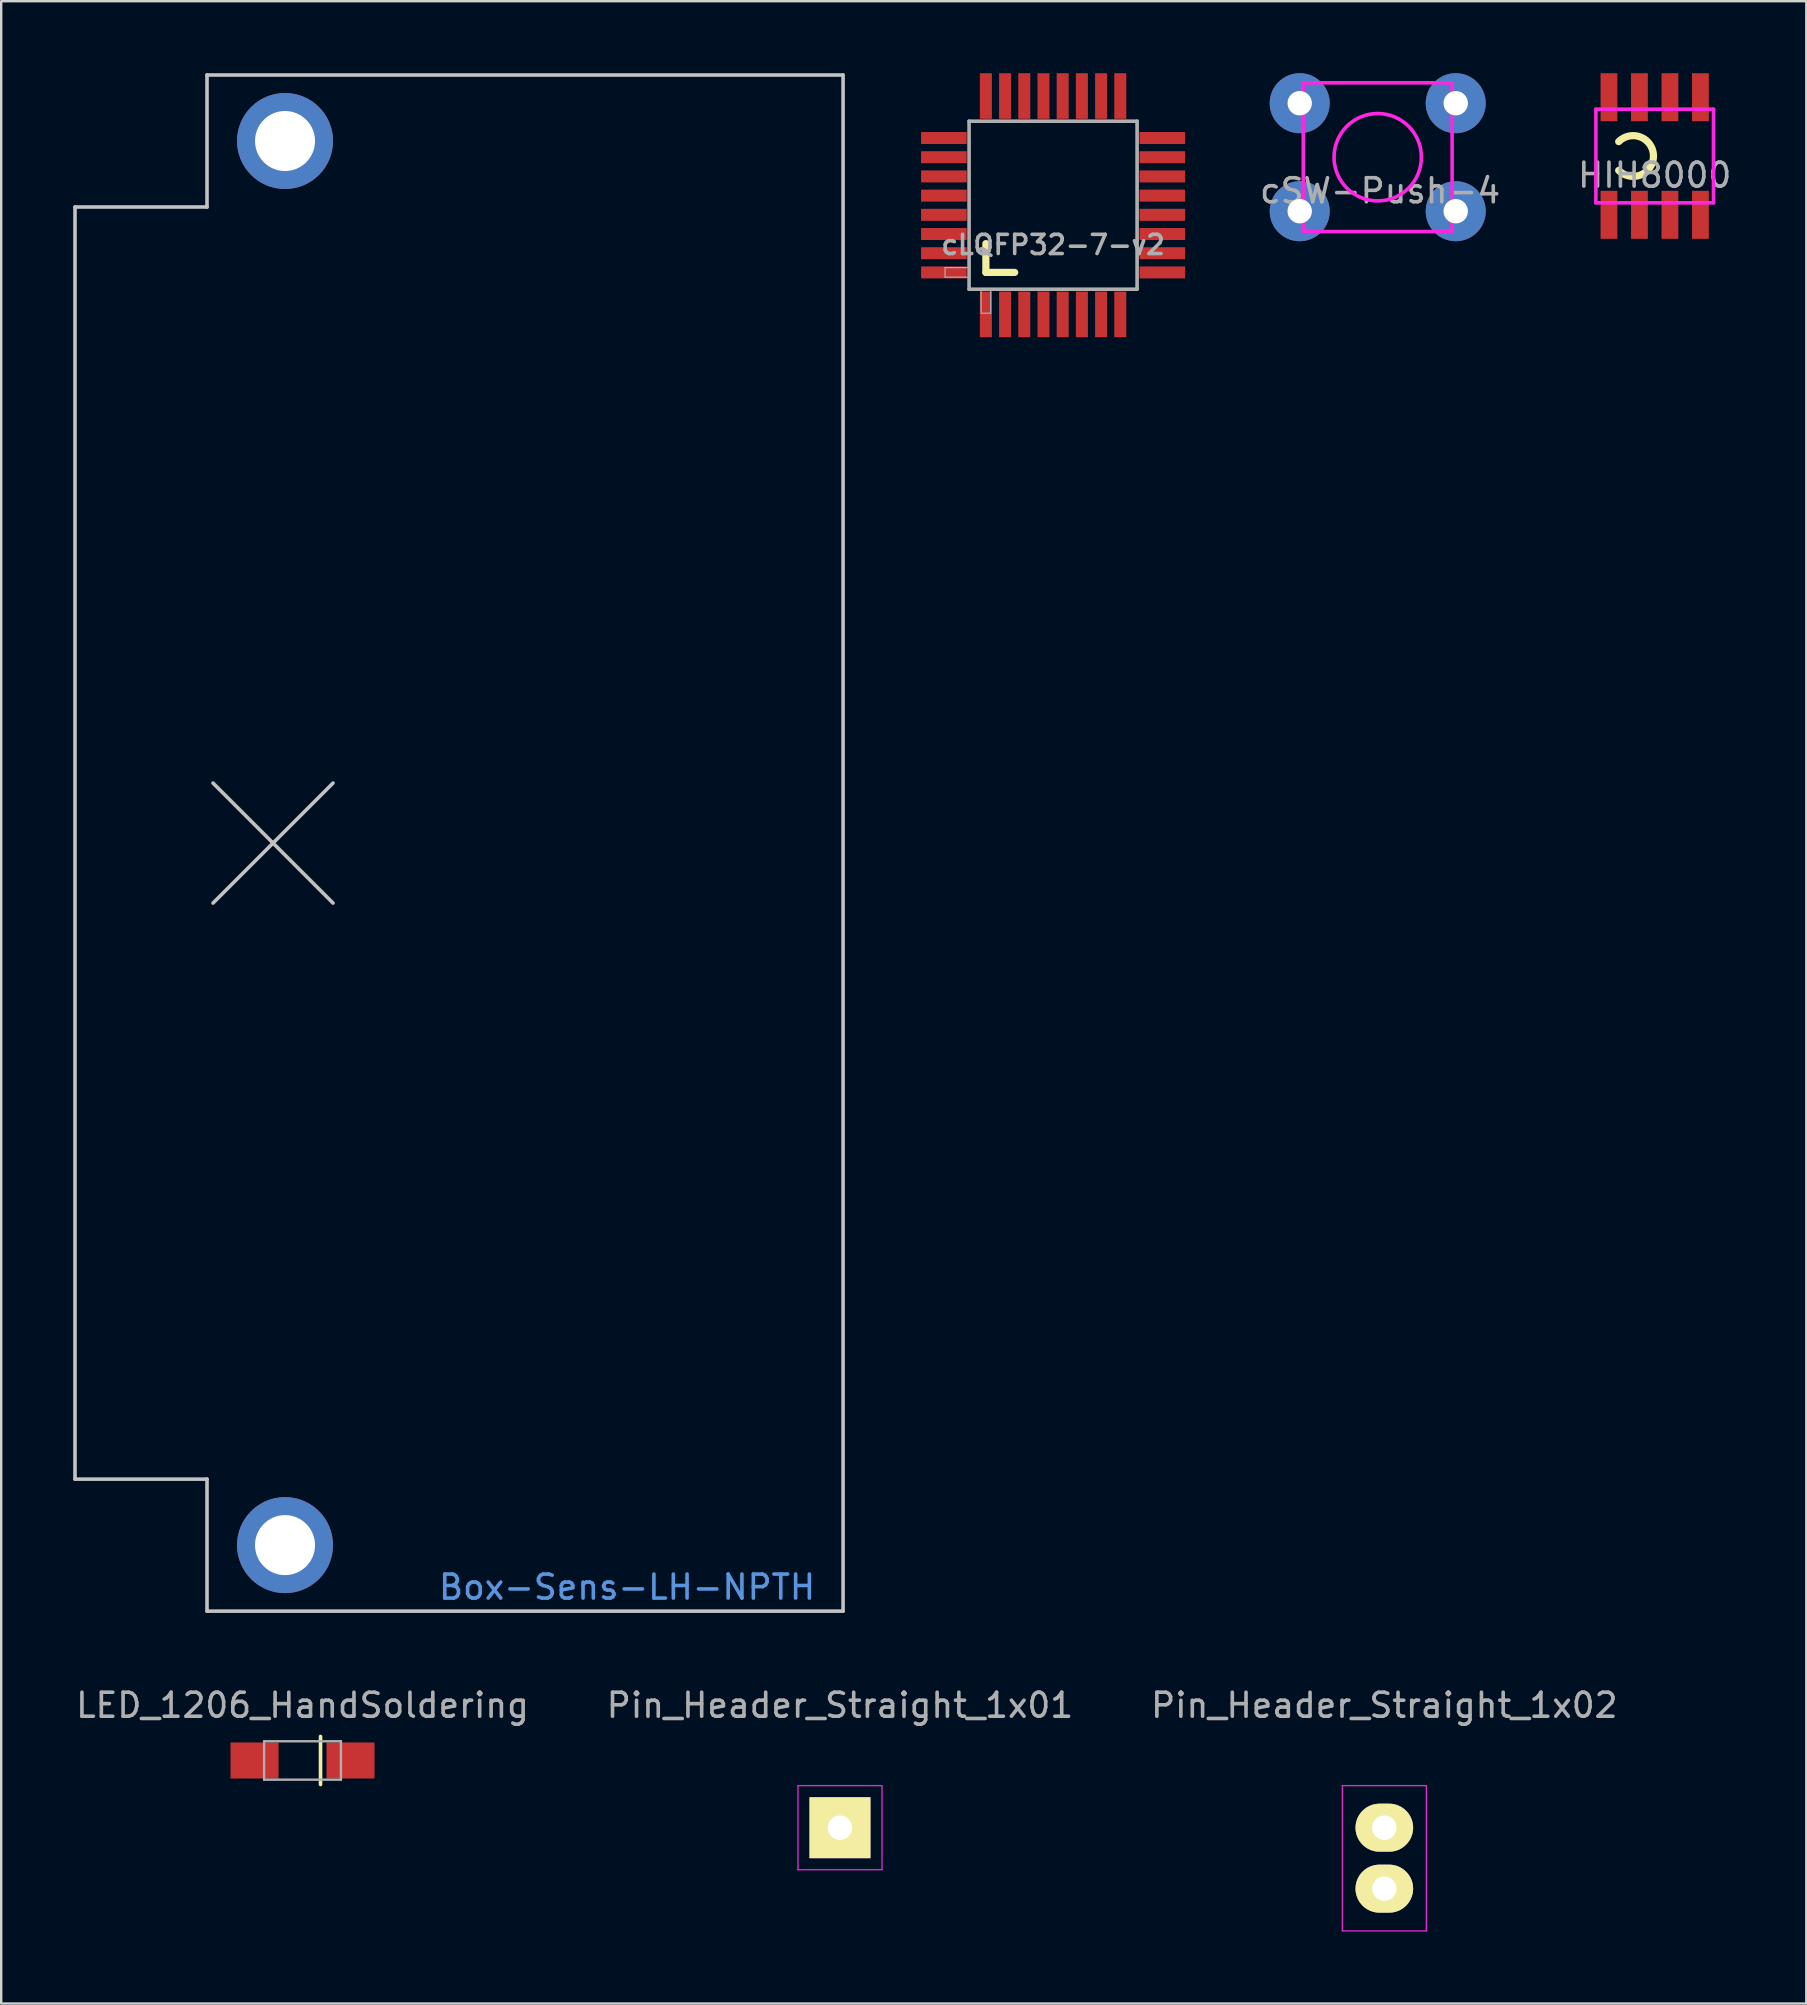
<source format=kicad_pcb>
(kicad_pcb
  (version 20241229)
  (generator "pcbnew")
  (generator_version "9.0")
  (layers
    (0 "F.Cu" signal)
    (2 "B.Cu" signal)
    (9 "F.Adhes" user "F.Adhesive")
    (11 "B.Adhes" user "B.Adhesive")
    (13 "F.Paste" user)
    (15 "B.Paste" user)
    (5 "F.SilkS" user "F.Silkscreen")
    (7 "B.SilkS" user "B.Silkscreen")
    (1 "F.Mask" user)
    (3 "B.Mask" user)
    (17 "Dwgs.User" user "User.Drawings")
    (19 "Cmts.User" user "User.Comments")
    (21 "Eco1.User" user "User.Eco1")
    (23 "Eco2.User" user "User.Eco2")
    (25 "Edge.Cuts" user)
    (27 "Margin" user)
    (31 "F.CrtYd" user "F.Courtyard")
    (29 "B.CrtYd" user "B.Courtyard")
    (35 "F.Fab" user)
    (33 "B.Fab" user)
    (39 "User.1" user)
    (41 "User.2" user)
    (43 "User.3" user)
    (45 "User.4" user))
  (footprint "LED_1206_HandSoldering"
    (layer "F.Cu")
    (at 9.554 70.298)
    (property "Reference" "LED_1206_HandSoldering" (at 0 -2.3 0) (layer "F.Fab") (effects (font (size 1 1) (thickness 0.15))))
    (attr smd)
    (fp_line (start 0.75 -1) (end 0.75 1) (stroke (width 0.15) (type solid)) (layer "F.SilkS"))
    (fp_line (start -1.6 -0.8) (end 1.6 -0.8) (stroke (width 0.1) (type solid)) (layer "F.Fab"))
    (fp_line (start -1.6 0.8) (end -1.6 -0.8) (stroke (width 0.1) (type solid)) (layer "F.Fab"))
    (fp_line (start 1.6 -0.8) (end 1.6 0.8) (stroke (width 0.1) (type solid)) (layer "F.Fab"))
    (fp_line (start 1.6 0.8) (end -1.6 0.8) (stroke (width 0.1) (type solid)) (layer "F.Fab"))
    (pad "1" smd rect (at -2 0) (size 2 1.5) (layers "F.Cu" "F.Mask" "F.Paste"))
    (pad "2" smd rect (at 2 0) (size 2 1.5) (layers "F.Cu" "F.Mask" "F.Paste")))
  (footprint "Pin_Header_Straight_1x01"
    (layer "F.Cu")
    (at 31.946 73.098)
    (property "Reference" "Pin_Header_Straight_1x01" (at 0 -5.1 0) (layer "F.Fab") (effects (font (size 1 1) (thickness 0.15))))
    (attr through_hole)
    (fp_line (start -1.75 -1.75) (end -1.75 1.75) (stroke (width 0.05) (type solid)) (layer "F.CrtYd"))
    (fp_line (start -1.75 -1.75) (end 1.75 -1.75) (stroke (width 0.05) (type solid)) (layer "F.CrtYd"))
    (fp_line (start -1.75 1.75) (end 1.75 1.75) (stroke (width 0.05) (type solid)) (layer "F.CrtYd"))
    (fp_line (start 1.75 -1.75) (end 1.75 1.75) (stroke (width 0.05) (type solid)) (layer "F.CrtYd"))
    (pad "1" thru_hole rect (at 0 0) (size 2.54 2.54) (drill 1.016) (layers "*.Cu" "*.Mask" "F.SilkS")))
  (footprint "Box-Sens-LH-NPTH"
    (layer "F.Cu")
    (at 32.075 32.075)
    (property "Reference" "Box-Sens-LH-NPTH" (at -9 31 0) (layer "Cmts.User") (effects (font (size 1 1) (thickness 0.15))))
    (attr through_hole)
    (fp_line (start -32 -26.5) (end -26.5 -26.5) (stroke (width 0.15) (type solid)) (layer "Dwgs.User"))
    (fp_line (start -32 26.5) (end -32 -26.5) (stroke (width 0.15) (type solid)) (layer "Dwgs.User"))
    (fp_line (start -26.5 -26.5) (end -26.5 -32) (stroke (width 0.15) (type solid)) (layer "Dwgs.User"))
    (fp_line (start -26.5 26.5) (end -32 26.5) (stroke (width 0.15) (type solid)) (layer "Dwgs.User"))
    (fp_line (start -26.5 32) (end -26.5 26.5) (stroke (width 0.15) (type solid)) (layer "Dwgs.User"))
    (fp_line (start -26.5 32) (end 0 32) (stroke (width 0.15) (type solid)) (layer "Dwgs.User"))
    (fp_line (start -26.25 -2.5) (end -21.25 2.5) (stroke (width 0.15) (type solid)) (layer "Dwgs.User"))
    (fp_line (start -21.25 -2.5) (end -26.25 2.5) (stroke (width 0.15) (type solid)) (layer "Dwgs.User"))
    (fp_line (start 0 -32) (end -26.5 -32) (stroke (width 0.15) (type solid)) (layer "Dwgs.User"))
    (fp_line (start 0 -32) (end 0 32) (stroke (width 0.15) (type solid)) (layer "Dwgs.User"))
    (pad "" np_thru_hole circle (at -23.25 -29.25) (size 4 4) (drill 2.5) (layers "*.Cu" "*.Mask"))
    (pad "" np_thru_hole circle (at -23.25 29.25) (size 4 4) (drill 2.5) (layers "*.Cu" "*.Mask")))
  (footprint "cLQFP32-7-v2"
    (layer "F.Cu")
    (at 40.825 5.5)
    (property "Reference" "cLQFP32-7-v2" (at 0 1.65 0) (layer "F.Fab") (effects (font (size 0.8 0.8) (thickness 0.15))))
    (attr smd)
    (fp_line (start -2.8 1.6) (end -2.8 2.8) (stroke (width 0.3) (type solid)) (layer "F.SilkS"))
    (fp_line (start -2.8 2.8) (end -1.6 2.8) (stroke (width 0.3) (type solid)) (layer "F.SilkS"))
    (fp_line (start -4.5 2.6) (end -4.5 3) (stroke (width 0.05) (type solid)) (layer "F.Fab"))
    (fp_line (start -4.5 3) (end -3.5 3) (stroke (width 0.05) (type solid)) (layer "F.Fab"))
    (fp_line (start -3.5 -3.5) (end -3.5 3.5) (stroke (width 0.15) (type solid)) (layer "F.Fab"))
    (fp_line (start -3.5 2.6) (end -4.5 2.6) (stroke (width 0.05) (type solid)) (layer "F.Fab"))
    (fp_line (start -3.5 3.5) (end 3.5 3.5) (stroke (width 0.15) (type solid)) (layer "F.Fab"))
    (fp_line (start -3 3.5) (end -3 4.5) (stroke (width 0.05) (type solid)) (layer "F.Fab"))
    (fp_line (start -2.97 4.5) (end -2.6 4.5) (stroke (width 0.05) (type solid)) (layer "F.Fab"))
    (fp_line (start -2.6 3.5) (end -2.6 4.5) (stroke (width 0.05) (type solid)) (layer "F.Fab"))
    (fp_line (start 3.5 -3.5) (end -3.5 -3.5) (stroke (width 0.15) (type solid)) (layer "F.Fab"))
    (fp_line (start 3.5 3.5) (end 3.5 -3.5) (stroke (width 0.15) (type solid)) (layer "F.Fab"))
    (pad "1" smd rect (at -2.8 4.55) (size 0.5 1.9) (layers "F.Cu" "F.Mask" "F.Paste"))
    (pad "2" smd rect (at -2 4.55) (size 0.5 1.9) (layers "F.Cu" "F.Mask" "F.Paste"))
    (pad "3" smd rect (at -1.2 4.55) (size 0.5 1.9) (layers "F.Cu" "F.Mask" "F.Paste"))
    (pad "4" smd rect (at -0.4 4.55) (size 0.5 1.9) (layers "F.Cu" "F.Mask" "F.Paste"))
    (pad "5" smd rect (at 0.4 4.55) (size 0.5 1.9) (layers "F.Cu" "F.Mask" "F.Paste"))
    (pad "6" smd rect (at 1.2 4.55) (size 0.5 1.9) (layers "F.Cu" "F.Mask" "F.Paste"))
    (pad "7" smd rect (at 2 4.55) (size 0.5 1.9) (layers "F.Cu" "F.Mask" "F.Paste"))
    (pad "8" smd rect (at 2.8 4.55) (size 0.5 1.9) (layers "F.Cu" "F.Mask" "F.Paste"))
    (pad "9" smd rect (at 4.55 2.8 90) (size 0.5 1.9) (layers "F.Cu" "F.Mask" "F.Paste"))
    (pad "10" smd rect (at 4.55 2 90) (size 0.5 1.9) (layers "F.Cu" "F.Mask" "F.Paste"))
    (pad "11" smd rect (at 4.55 1.2 90) (size 0.5 1.9) (layers "F.Cu" "F.Mask" "F.Paste"))
    (pad "12" smd rect (at 4.55 0.4 90) (size 0.5 1.9) (layers "F.Cu" "F.Mask" "F.Paste"))
    (pad "13" smd rect (at 4.55 -0.4 90) (size 0.5 1.9) (layers "F.Cu" "F.Mask" "F.Paste"))
    (pad "14" smd rect (at 4.55 -1.2 90) (size 0.5 1.9) (layers "F.Cu" "F.Mask" "F.Paste"))
    (pad "15" smd rect (at 4.55 -2 90) (size 0.5 1.9) (layers "F.Cu" "F.Mask" "F.Paste"))
    (pad "16" smd rect (at 4.55 -2.8 90) (size 0.5 1.9) (layers "F.Cu" "F.Mask" "F.Paste"))
    (pad "17" smd rect (at 2.8 -4.55) (size 0.5 1.9) (layers "F.Cu" "F.Mask" "F.Paste"))
    (pad "18" smd rect (at 2 -4.55) (size 0.5 1.9) (layers "F.Cu" "F.Mask" "F.Paste"))
    (pad "19" smd rect (at 1.2 -4.55) (size 0.5 1.9) (layers "F.Cu" "F.Mask" "F.Paste"))
    (pad "20" smd rect (at 0.4 -4.55) (size 0.5 1.9) (layers "F.Cu" "F.Mask" "F.Paste"))
    (pad "21" smd rect (at -0.4 -4.55) (size 0.5 1.9) (layers "F.Cu" "F.Mask" "F.Paste"))
    (pad "22" smd rect (at -1.2 -4.55) (size 0.5 1.9) (layers "F.Cu" "F.Mask" "F.Paste"))
    (pad "23" smd rect (at -2 -4.55) (size 0.5 1.9) (layers "F.Cu" "F.Mask" "F.Paste"))
    (pad "24" smd rect (at -2.8 -4.55) (size 0.5 1.9) (layers "F.Cu" "F.Mask" "F.Paste"))
    (pad "25" smd rect (at -4.55 -2.8 90) (size 0.5 1.9) (layers "F.Cu" "F.Mask" "F.Paste"))
    (pad "26" smd rect (at -4.55 -2 90) (size 0.5 1.9) (layers "F.Cu" "F.Mask" "F.Paste"))
    (pad "27" smd rect (at -4.55 -1.2 90) (size 0.5 1.9) (layers "F.Cu" "F.Mask" "F.Paste"))
    (pad "28" smd rect (at -4.55 -0.4 90) (size 0.5 1.9) (layers "F.Cu" "F.Mask" "F.Paste"))
    (pad "29" smd rect (at -4.55 0.4 90) (size 0.5 1.9) (layers "F.Cu" "F.Mask" "F.Paste"))
    (pad "30" smd rect (at -4.55 1.2 90) (size 0.5 1.9) (layers "F.Cu" "F.Mask" "F.Paste"))
    (pad "31" smd rect (at -4.55 2 90) (size 0.5 1.9) (layers "F.Cu" "F.Mask" "F.Paste"))
    (pad "32" smd rect (at -4.55 2.8 90) (size 0.5 1.9) (layers "F.Cu" "F.Mask" "F.Paste")))
  (footprint "Pin_Header_Straight_1x02"
    (layer "F.Cu")
    (at 54.625 73.098)
    (property "Reference" "Pin_Header_Straight_1x02" (at 0 -5.1 0) (layer "F.Fab") (effects (font (size 1 1) (thickness 0.15))))
    (attr through_hole)
    (fp_line (start -1.75 -1.75) (end -1.75 4.3) (stroke (width 0.05) (type solid)) (layer "F.CrtYd"))
    (fp_line (start -1.75 -1.75) (end 1.75 -1.75) (stroke (width 0.05) (type solid)) (layer "F.CrtYd"))
    (fp_line (start -1.75 4.3) (end 1.75 4.3) (stroke (width 0.05) (type solid)) (layer "F.CrtYd"))
    (fp_line (start 1.75 -1.75) (end 1.75 4.3) (stroke (width 0.05) (type solid)) (layer "F.CrtYd"))
    (pad "1" thru_hole oval (at 0 0) (size 2.4 2) (drill 1.016) (layers "*.Cu" "*.Mask" "F.SilkS"))
    (pad "2" thru_hole oval (at 0 2.54) (size 2.4 2) (drill 1.016) (layers "*.Cu" "*.Mask" "F.SilkS")))
  (footprint "HIH8000"
    (layer "F.Cu")
    (at 65.89 3.45)
    (property "Reference" "HIH8000" (at 0 0.8 0) (layer "F.Fab") (effects (font (size 1 1) (thickness 0.15))))
    (attr smd)
    (fp_arc (start -1.5 -0.6) (mid -0.051472 0) (end -1.5 0.6) (stroke (width 0.3) (type solid)) (layer "F.SilkS"))
    (fp_line (start -2.45 -1.95) (end -2.45 1.95) (stroke (width 0.15) (type solid)) (layer "F.CrtYd"))
    (fp_line (start -2.45 1.95) (end 2.45 1.95) (stroke (width 0.15) (type solid)) (layer "F.CrtYd"))
    (fp_line (start 2.45 -1.95) (end -2.45 -1.95) (stroke (width 0.15) (type solid)) (layer "F.CrtYd"))
    (fp_line (start 2.45 1.95) (end 2.45 -1.95) (stroke (width 0.15) (type solid)) (layer "F.CrtYd"))
    (pad "1" smd rect (at -1.905 2.45) (size 0.7 2) (layers "F.Cu" "F.Mask" "F.Paste"))
    (pad "2" smd rect (at -0.635 2.45) (size 0.7 2) (layers "F.Cu" "F.Mask" "F.Paste"))
    (pad "3" smd rect (at 0.635 2.45) (size 0.7 2) (layers "F.Cu" "F.Mask" "F.Paste"))
    (pad "4" smd rect (at 1.905 2.45) (size 0.7 2) (layers "F.Cu" "F.Mask" "F.Paste"))
    (pad "5" smd rect (at 1.905 -2.45) (size 0.7 2) (layers "F.Cu" "F.Mask" "F.Paste"))
    (pad "6" smd rect (at 0.635 -2.45) (size 0.7 2) (layers "F.Cu" "F.Mask" "F.Paste"))
    (pad "7" smd rect (at -0.635 -2.45) (size 0.7 2) (layers "F.Cu" "F.Mask" "F.Paste"))
    (pad "8" smd rect (at -1.905 -2.45) (size 0.7 2) (layers "F.Cu" "F.Mask" "F.Paste")))
  (footprint "cSW-Push-4"
    (layer "F.Cu")
    (at 54.35 3.5)
    (property "Reference" "cSW-Push-4" (at 0.1 1.4 0) (layer "F.Fab") (effects (font (size 1 1) (thickness 0.15))))
    (attr through_hole)
    (fp_line (start -3.1 -3.1) (end -3.1 3.1) (stroke (width 0.15) (type solid)) (layer "F.CrtYd"))
    (fp_line (start -3.1 3.1) (end 3.1 3.1) (stroke (width 0.15) (type solid)) (layer "F.CrtYd"))
    (fp_line (start 3.1 -3.1) (end -3.1 -3.1) (stroke (width 0.15) (type solid)) (layer "F.CrtYd"))
    (fp_line (start 3.1 3.1) (end 3.1 -3.1) (stroke (width 0.15) (type solid)) (layer "F.CrtYd"))
    (fp_circle (center 0 0) (end 1.75 0.5) (stroke (width 0.15) (type solid)) (fill no) (layer "F.CrtYd"))
    (pad "1" thru_hole circle (at 3.25 2.25) (size 2.5 2.5) (drill 1.016) (layers "*.Cu" "*.Mask"))
    (pad "2" thru_hole circle (at -3.25 2.25) (size 2.5 2.5) (drill 1.016) (layers "*.Cu" "*.Mask"))
    (pad "3" thru_hole circle (at -3.25 -2.25) (size 2.5 2.5) (drill 1.016) (layers "*.Cu" "*.Mask"))
    (pad "4" thru_hole circle (at 3.25 -2.25) (size 2.5 2.5) (drill 1.016) (layers "*.Cu" "*.Mask")))
  (gr_rect
    (start -3 -3)
    (end 72.206 80.423)
    (stroke (width 0.1) (type default))
    (fill no)
    (layer "Edge.Cuts")))
</source>
